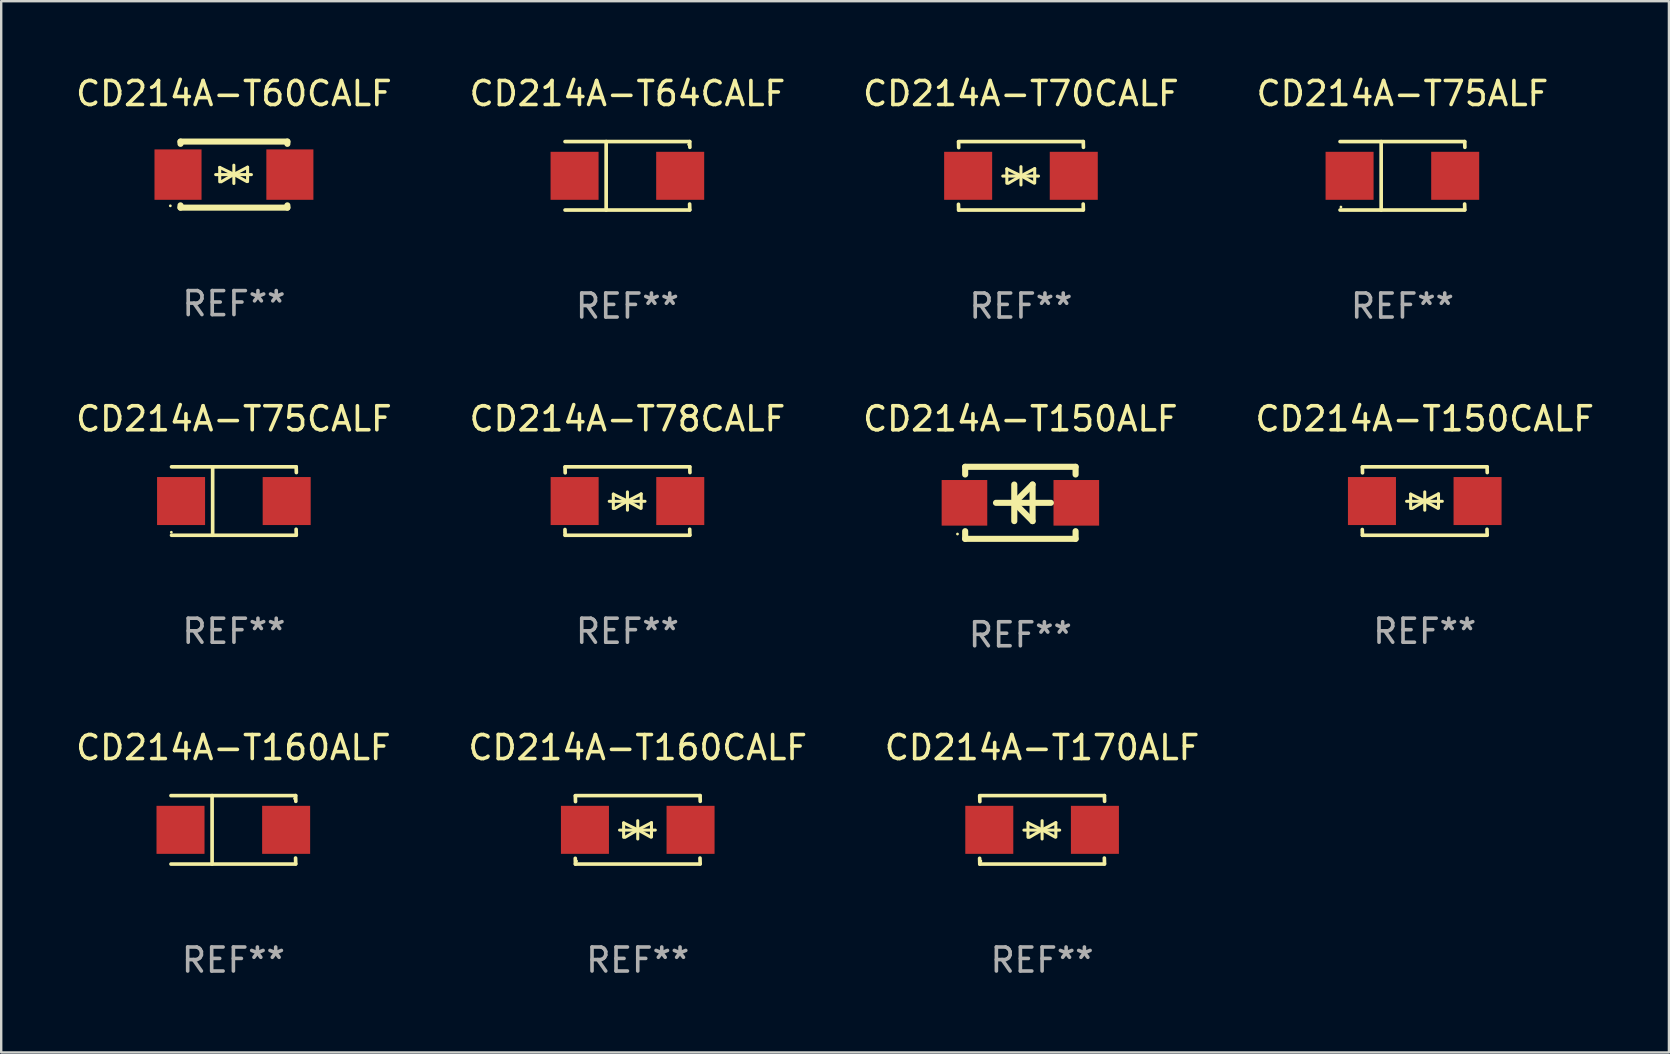
<source format=kicad_pcb>
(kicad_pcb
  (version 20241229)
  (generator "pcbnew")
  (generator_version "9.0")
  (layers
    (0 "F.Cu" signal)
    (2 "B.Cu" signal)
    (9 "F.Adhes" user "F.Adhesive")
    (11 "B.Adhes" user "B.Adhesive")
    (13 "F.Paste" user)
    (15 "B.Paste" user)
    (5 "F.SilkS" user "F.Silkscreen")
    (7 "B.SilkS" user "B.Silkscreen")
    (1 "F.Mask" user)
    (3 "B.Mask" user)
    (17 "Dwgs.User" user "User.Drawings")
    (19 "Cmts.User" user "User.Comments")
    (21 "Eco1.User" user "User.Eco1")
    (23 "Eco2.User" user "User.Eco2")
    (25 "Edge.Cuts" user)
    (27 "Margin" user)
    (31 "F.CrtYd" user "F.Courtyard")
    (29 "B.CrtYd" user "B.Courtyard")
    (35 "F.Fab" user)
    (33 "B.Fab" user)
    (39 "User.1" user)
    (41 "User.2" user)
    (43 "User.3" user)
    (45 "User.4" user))
  (footprint "CD214A-T78CALF"
    (layer "F.Cu")
    (at 23.089 17.823)
    (property "Reference" "CD214A-T78CALF" (at 0 -3.426 0) (layer "F.SilkS") (effects (font (size 1 1) (thickness 0.15))))
    (attr through_hole)
    (fp_line (start -2.596 -1.426) (end 2.596 -1.426) (stroke (width 0.152) (type solid)) (layer "F.SilkS"))
    (fp_line (start -2.596 1.426) (end -2.603 1.187) (stroke (width 0.152) (type solid)) (layer "F.SilkS"))
    (fp_line (start -2.596 1.426) (end 2.596 1.426) (stroke (width 0.152) (type solid)) (layer "F.SilkS"))
    (fp_line (start -2.593 -1.176) (end -2.6 -1.415) (stroke (width 0.152) (type solid)) (layer "F.SilkS"))
    (fp_line (start -0.758 0.011) (end 0.732 0.011) (stroke (width 0.127) (type solid)) (layer "F.SilkS"))
    (fp_line (start -0.588 -0.289) (end -0.588 0.311) (stroke (width 0.127) (type solid)) (layer "F.SilkS"))
    (fp_line (start -0.588 -0.289) (end 0 0) (stroke (width 0.127) (type solid)) (layer "F.SilkS"))
    (fp_line (start -0.528 0.311) (end 0 0) (stroke (width 0.127) (type solid)) (layer "F.SilkS"))
    (fp_line (start 0 0) (end 0 -0.381) (stroke (width 0.127) (type solid)) (layer "F.SilkS"))
    (fp_line (start 0 0) (end 0 0.381) (stroke (width 0.127) (type solid)) (layer "F.SilkS"))
    (fp_line (start 0.542 0.301) (end 0 0) (stroke (width 0.127) (type solid)) (layer "F.SilkS"))
    (fp_line (start 0.572 -0.299) (end 0 0) (stroke (width 0.127) (type solid)) (layer "F.SilkS"))
    (fp_line (start 0.572 -0.299) (end 0.572 0.301) (stroke (width 0.127) (type solid)) (layer "F.SilkS"))
    (fp_line (start 2.593 1.176) (end 2.6 1.415) (stroke (width 0.152) (type solid)) (layer "F.SilkS"))
    (fp_line (start 2.596 -1.426) (end 2.603 -1.187) (stroke (width 0.152) (type solid)) (layer "F.SilkS"))
    (fp_circle (center -2.605 1.3) (end -2.575 1.3) (stroke (width 0.06) (type solid)) (fill no) (layer "F.SilkS"))
    (fp_text user "REF**" (at 0 5.426 0) (layer "F.Fab") (effects (font (size 1 1) (thickness 0.15))))
    (pad "1" smd rect (at -2.2 0 180) (size 2 2) (layers "F.Cu" "F.Mask" "F.Paste"))
    (pad "2" smd rect (at 2.2 0 180) (size 2 2) (layers "F.Cu" "F.Mask" "F.Paste")))
  (footprint "CD214A-T75CALF"
    (layer "F.Cu")
    (at 6.696 17.823)
    (property "Reference" "CD214A-T75CALF" (at 0 -3.426 0) (layer "F.SilkS") (effects (font (size 1 1) (thickness 0.15))))
    (attr through_hole)
    (fp_line (start -2.6 -1.426) (end 2.593 -1.426) (stroke (width 0.152) (type solid)) (layer "F.SilkS"))
    (fp_line (start -2.6 1.426) (end 2.593 1.426) (stroke (width 0.152) (type solid)) (layer "F.SilkS"))
    (fp_line (start -0.887 -1.426) (end -0.887 1.426) (stroke (width 0.152) (type solid)) (layer "F.SilkS"))
    (fp_line (start 2.59 1.176) (end 2.597 1.415) (stroke (width 0.152) (type solid)) (layer "F.SilkS"))
    (fp_line (start 2.593 -1.426) (end 2.6 -1.187) (stroke (width 0.152) (type solid)) (layer "F.SilkS"))
    (fp_circle (center -2.608 1.3) (end -2.578 1.3) (stroke (width 0.06) (type solid)) (fill no) (layer "F.SilkS"))
    (fp_text user "REF**" (at 0 5.426 0) (layer "F.Fab") (effects (font (size 1 1) (thickness 0.15))))
    (pad "1" smd rect (at -2.203 0 180) (size 2 2) (layers "F.Cu" "F.Mask" "F.Paste"))
    (pad "2" smd rect (at 2.197 0 180) (size 2 2) (layers "F.Cu" "F.Mask" "F.Paste")))
  (footprint "CD214A-T160ALF"
    (layer "F.Cu")
    (at 6.673 31.52)
    (property "Reference" "CD214A-T160ALF" (at 0 -3.426 0) (layer "F.SilkS") (effects (font (size 1 1) (thickness 0.15))))
    (attr through_hole)
    (fp_line (start -2.6 -1.426) (end 2.593 -1.426) (stroke (width 0.152) (type solid)) (layer "F.SilkS"))
    (fp_line (start -2.6 1.426) (end 2.593 1.426) (stroke (width 0.152) (type solid)) (layer "F.SilkS"))
    (fp_line (start -0.887 -1.426) (end -0.887 1.426) (stroke (width 0.152) (type solid)) (layer "F.SilkS"))
    (fp_line (start 2.59 1.176) (end 2.597 1.415) (stroke (width 0.152) (type solid)) (layer "F.SilkS"))
    (fp_line (start 2.593 -1.426) (end 2.6 -1.187) (stroke (width 0.152) (type solid)) (layer "F.SilkS"))
    (fp_circle (center 2.547 -1.3) (end 2.577 -1.3) (stroke (width 0.06) (type solid)) (fill no) (layer "F.SilkS"))
    (fp_text user "REF**" (at 0 5.426 0) (layer "F.Fab") (effects (font (size 1 1) (thickness 0.15))))
    (pad "1" smd rect (at 2.197 -0.000025 180) (size 2 2) (layers "F.Cu" "F.Mask" "F.Paste"))
    (pad "2" smd rect (at -2.203 -0.000025 180) (size 2 2) (layers "F.Cu" "F.Mask" "F.Paste")))
  (footprint "CD214A-T75ALF"
    (layer "F.Cu")
    (at 55.375 4.274)
    (property "Reference" "CD214A-T75ALF" (at 0 -3.426 0) (layer "F.SilkS") (effects (font (size 1 1) (thickness 0.15))))
    (attr through_hole)
    (fp_line (start -2.6 -1.426) (end 2.593 -1.426) (stroke (width 0.152) (type solid)) (layer "F.SilkS"))
    (fp_line (start -2.6 1.426) (end 2.593 1.426) (stroke (width 0.152) (type solid)) (layer "F.SilkS"))
    (fp_line (start -0.887 -1.426) (end -0.887 1.426) (stroke (width 0.152) (type solid)) (layer "F.SilkS"))
    (fp_line (start 2.59 1.176) (end 2.597 1.415) (stroke (width 0.152) (type solid)) (layer "F.SilkS"))
    (fp_line (start 2.593 -1.426) (end 2.6 -1.187) (stroke (width 0.152) (type solid)) (layer "F.SilkS"))
    (fp_circle (center -2.563 1.3) (end -2.533 1.3) (stroke (width 0.06) (type solid)) (fill no) (layer "F.SilkS"))
    (fp_text user "REF**" (at 0 5.426 0) (layer "F.Fab") (effects (font (size 1 1) (thickness 0.15))))
    (pad "1" smd rect (at -2.203 -0.000025 180) (size 2 2) (layers "F.Cu" "F.Mask" "F.Paste"))
    (pad "2" smd rect (at 2.197 -0.000025 180) (size 2 2) (layers "F.Cu" "F.Mask" "F.Paste")))
  (footprint "CD214A-T150CALF"
    (layer "F.Cu")
    (at 56.304 17.823)
    (property "Reference" "CD214A-T150CALF" (at 0 -3.426 0) (layer "F.SilkS") (effects (font (size 1 1) (thickness 0.15))))
    (attr through_hole)
    (fp_line (start -2.596 -1.426) (end 2.596 -1.426) (stroke (width 0.152) (type solid)) (layer "F.SilkS"))
    (fp_line (start -2.596 1.426) (end -2.603 1.187) (stroke (width 0.152) (type solid)) (layer "F.SilkS"))
    (fp_line (start -2.596 1.426) (end 2.596 1.426) (stroke (width 0.152) (type solid)) (layer "F.SilkS"))
    (fp_line (start -2.593 -1.176) (end -2.6 -1.415) (stroke (width 0.152) (type solid)) (layer "F.SilkS"))
    (fp_line (start -0.758 0.011) (end 0.732 0.011) (stroke (width 0.127) (type solid)) (layer "F.SilkS"))
    (fp_line (start -0.588 -0.289) (end -0.588 0.311) (stroke (width 0.127) (type solid)) (layer "F.SilkS"))
    (fp_line (start -0.588 -0.289) (end 0 0) (stroke (width 0.127) (type solid)) (layer "F.SilkS"))
    (fp_line (start -0.528 0.311) (end 0 0) (stroke (width 0.127) (type solid)) (layer "F.SilkS"))
    (fp_line (start 0 0) (end 0 -0.381) (stroke (width 0.127) (type solid)) (layer "F.SilkS"))
    (fp_line (start 0 0) (end 0 0.381) (stroke (width 0.127) (type solid)) (layer "F.SilkS"))
    (fp_line (start 0.542 0.301) (end 0 0) (stroke (width 0.127) (type solid)) (layer "F.SilkS"))
    (fp_line (start 0.572 -0.299) (end 0 0) (stroke (width 0.127) (type solid)) (layer "F.SilkS"))
    (fp_line (start 0.572 -0.299) (end 0.572 0.301) (stroke (width 0.127) (type solid)) (layer "F.SilkS"))
    (fp_line (start 2.593 1.176) (end 2.6 1.415) (stroke (width 0.152) (type solid)) (layer "F.SilkS"))
    (fp_line (start 2.596 -1.426) (end 2.603 -1.187) (stroke (width 0.152) (type solid)) (layer "F.SilkS"))
    (fp_circle (center -2.605 1.3) (end -2.575 1.3) (stroke (width 0.06) (type solid)) (fill no) (layer "F.SilkS"))
    (fp_text user "REF**" (at 0 5.426 0) (layer "F.Fab") (effects (font (size 1 1) (thickness 0.15))))
    (pad "1" smd rect (at -2.2 0 180) (size 2 2) (layers "F.Cu" "F.Mask" "F.Paste"))
    (pad "2" smd rect (at 2.2 0 180) (size 2 2) (layers "F.Cu" "F.Mask" "F.Paste")))
  (footprint "CD214A-T150ALF"
    (layer "F.Cu")
    (at 39.458 17.897)
    (property "Reference" "CD214A-T150ALF" (at 0 -3.5 0) (layer "F.SilkS") (effects (font (size 1 1) (thickness 0.15))))
    (attr through_hole)
    (fp_line (start -2.3 -1.5) (end -2.3 -1.181) (stroke (width 0.254) (type solid)) (layer "F.SilkS"))
    (fp_line (start -2.3 -1.5) (end 2.3 -1.5) (stroke (width 0.254) (type solid)) (layer "F.SilkS"))
    (fp_line (start -2.3 1.181) (end -2.3 1.5) (stroke (width 0.254) (type solid)) (layer "F.SilkS"))
    (fp_line (start -0.254 0) (end 0.508 0.762) (stroke (width 0.254) (type solid)) (layer "F.SilkS"))
    (fp_line (start -0.254 0.762) (end -0.254 -0.762) (stroke (width 0.254) (type solid)) (layer "F.SilkS"))
    (fp_line (start 0.508 -0.762) (end -0.254 0) (stroke (width 0.254) (type solid)) (layer "F.SilkS"))
    (fp_line (start 0.508 0.762) (end 0.508 -0.762) (stroke (width 0.254) (type solid)) (layer "F.SilkS"))
    (fp_line (start 1.27 0) (end -1.016 0) (stroke (width 0.254) (type solid)) (layer "F.SilkS"))
    (fp_line (start 2.3 -1.5) (end 2.3 -1.181) (stroke (width 0.254) (type solid)) (layer "F.SilkS"))
    (fp_line (start 2.3 1.181) (end 2.3 1.5) (stroke (width 0.254) (type solid)) (layer "F.SilkS"))
    (fp_line (start 2.3 1.5) (end -2.3 1.5) (stroke (width 0.254) (type solid)) (layer "F.SilkS"))
    (fp_circle (center -2.62 1.3) (end -2.59 1.3) (stroke (width 0.06) (type solid)) (fill no) (layer "F.SilkS"))
    (fp_text user "REF**" (at 0 5.5 0) (layer "F.Fab") (effects (font (size 1 1) (thickness 0.15))))
    (pad "1" smd rect (at -2.33 0 270) (size 1.9 1.9) (layers "F.Cu" "F.Mask" "F.Paste"))
    (pad "2" smd rect (at 2.33 0 270) (size 1.9 1.9) (layers "F.Cu" "F.Mask" "F.Paste")))
  (footprint "CD214A-T70CALF"
    (layer "F.Cu")
    (at 39.482 4.274)
    (property "Reference" "CD214A-T70CALF" (at 0 -3.426 0) (layer "F.SilkS") (effects (font (size 1 1) (thickness 0.15))))
    (attr through_hole)
    (fp_line (start -2.596 -1.426) (end 2.596 -1.426) (stroke (width 0.152) (type solid)) (layer "F.SilkS"))
    (fp_line (start -2.596 1.426) (end -2.603 1.187) (stroke (width 0.152) (type solid)) (layer "F.SilkS"))
    (fp_line (start -2.596 1.426) (end 2.596 1.426) (stroke (width 0.152) (type solid)) (layer "F.SilkS"))
    (fp_line (start -2.593 -1.176) (end -2.6 -1.415) (stroke (width 0.152) (type solid)) (layer "F.SilkS"))
    (fp_line (start -0.758 0.011) (end 0.732 0.011) (stroke (width 0.127) (type solid)) (layer "F.SilkS"))
    (fp_line (start -0.588 -0.289) (end -0.588 0.311) (stroke (width 0.127) (type solid)) (layer "F.SilkS"))
    (fp_line (start -0.588 -0.289) (end 0 0) (stroke (width 0.127) (type solid)) (layer "F.SilkS"))
    (fp_line (start -0.528 0.311) (end 0 0) (stroke (width 0.127) (type solid)) (layer "F.SilkS"))
    (fp_line (start 0 0) (end 0 -0.381) (stroke (width 0.127) (type solid)) (layer "F.SilkS"))
    (fp_line (start 0 0) (end 0 0.381) (stroke (width 0.127) (type solid)) (layer "F.SilkS"))
    (fp_line (start 0.542 0.301) (end 0 0) (stroke (width 0.127) (type solid)) (layer "F.SilkS"))
    (fp_line (start 0.572 -0.299) (end 0 0) (stroke (width 0.127) (type solid)) (layer "F.SilkS"))
    (fp_line (start 0.572 -0.299) (end 0.572 0.301) (stroke (width 0.127) (type solid)) (layer "F.SilkS"))
    (fp_line (start 2.593 1.176) (end 2.6 1.415) (stroke (width 0.152) (type solid)) (layer "F.SilkS"))
    (fp_line (start 2.596 -1.426) (end 2.603 -1.187) (stroke (width 0.152) (type solid)) (layer "F.SilkS"))
    (fp_circle (center -2.605 1.3) (end -2.575 1.3) (stroke (width 0.06) (type solid)) (fill no) (layer "F.SilkS"))
    (fp_text user "REF**" (at 0 5.426 0) (layer "F.Fab") (effects (font (size 1 1) (thickness 0.15))))
    (pad "1" smd rect (at -2.2 0 180) (size 2 2) (layers "F.Cu" "F.Mask" "F.Paste"))
    (pad "2" smd rect (at 2.2 0 180) (size 2 2) (layers "F.Cu" "F.Mask" "F.Paste")))
  (footprint "CD214A-T64CALF"
    (layer "F.Cu")
    (at 23.089 4.274)
    (property "Reference" "CD214A-T64CALF" (at 0 -3.426 0) (layer "F.SilkS") (effects (font (size 1 1) (thickness 0.15))))
    (attr through_hole)
    (fp_line (start -2.6 -1.426) (end 2.593 -1.426) (stroke (width 0.152) (type solid)) (layer "F.SilkS"))
    (fp_line (start -2.6 1.426) (end 2.593 1.426) (stroke (width 0.152) (type solid)) (layer "F.SilkS"))
    (fp_line (start -0.887 -1.426) (end -0.887 1.426) (stroke (width 0.152) (type solid)) (layer "F.SilkS"))
    (fp_line (start 2.59 1.176) (end 2.597 1.415) (stroke (width 0.152) (type solid)) (layer "F.SilkS"))
    (fp_line (start 2.593 -1.426) (end 2.6 -1.187) (stroke (width 0.152) (type solid)) (layer "F.SilkS"))
    (fp_circle (center 2.547 -1.3) (end 2.577 -1.3) (stroke (width 0.06) (type solid)) (fill no) (layer "F.SilkS"))
    (fp_text user "REF**" (at 0 5.426 0) (layer "F.Fab") (effects (font (size 1 1) (thickness 0.15))))
    (pad "1" smd rect (at 2.197 -0.000025 180) (size 2 2) (layers "F.Cu" "F.Mask" "F.Paste"))
    (pad "2" smd rect (at -2.203 -0.000025 180) (size 2 2) (layers "F.Cu" "F.Mask" "F.Paste")))
  (footprint "CD214A-T160CALF"
    (layer "F.Cu")
    (at 23.518 31.52)
    (property "Reference" "CD214A-T160CALF" (at 0 -3.426 0) (layer "F.SilkS") (effects (font (size 1 1) (thickness 0.15))))
    (attr through_hole)
    (fp_line (start -2.596 -1.426) (end 2.596 -1.426) (stroke (width 0.152) (type solid)) (layer "F.SilkS"))
    (fp_line (start -2.596 1.426) (end -2.603 1.187) (stroke (width 0.152) (type solid)) (layer "F.SilkS"))
    (fp_line (start -2.596 1.426) (end 2.596 1.426) (stroke (width 0.152) (type solid)) (layer "F.SilkS"))
    (fp_line (start -2.593 -1.176) (end -2.6 -1.415) (stroke (width 0.152) (type solid)) (layer "F.SilkS"))
    (fp_line (start -0.758 0.011) (end 0.732 0.011) (stroke (width 0.127) (type solid)) (layer "F.SilkS"))
    (fp_line (start -0.588 -0.289) (end -0.588 0.311) (stroke (width 0.127) (type solid)) (layer "F.SilkS"))
    (fp_line (start -0.588 -0.289) (end 0 0) (stroke (width 0.127) (type solid)) (layer "F.SilkS"))
    (fp_line (start -0.528 0.311) (end 0 0) (stroke (width 0.127) (type solid)) (layer "F.SilkS"))
    (fp_line (start 0 0) (end 0 -0.381) (stroke (width 0.127) (type solid)) (layer "F.SilkS"))
    (fp_line (start 0 0) (end 0 0.381) (stroke (width 0.127) (type solid)) (layer "F.SilkS"))
    (fp_line (start 0.542 0.301) (end 0 0) (stroke (width 0.127) (type solid)) (layer "F.SilkS"))
    (fp_line (start 0.572 -0.299) (end 0 0) (stroke (width 0.127) (type solid)) (layer "F.SilkS"))
    (fp_line (start 0.572 -0.299) (end 0.572 0.301) (stroke (width 0.127) (type solid)) (layer "F.SilkS"))
    (fp_line (start 2.593 1.176) (end 2.6 1.415) (stroke (width 0.152) (type solid)) (layer "F.SilkS"))
    (fp_line (start 2.596 -1.426) (end 2.603 -1.187) (stroke (width 0.152) (type solid)) (layer "F.SilkS"))
    (fp_circle (center -2.55 1.3) (end -2.52 1.3) (stroke (width 0.06) (type solid)) (fill no) (layer "F.SilkS"))
    (fp_text user "REF**" (at 0 5.426 0) (layer "F.Fab") (effects (font (size 1 1) (thickness 0.15))))
    (pad "1" smd rect (at -2.2 0 180) (size 2 2) (layers "F.Cu" "F.Mask" "F.Paste"))
    (pad "2" smd rect (at 2.2 0 180) (size 2 2) (layers "F.Cu" "F.Mask" "F.Paste")))
  (footprint "CD214A-T170ALF"
    (layer "F.Cu")
    (at 40.363 31.52)
    (property "Reference" "CD214A-T170ALF" (at 0 -3.426 0) (layer "F.SilkS") (effects (font (size 1 1) (thickness 0.15))))
    (attr through_hole)
    (fp_line (start -2.596 -1.426) (end 2.596 -1.426) (stroke (width 0.152) (type solid)) (layer "F.SilkS"))
    (fp_line (start -2.596 1.426) (end -2.603 1.187) (stroke (width 0.152) (type solid)) (layer "F.SilkS"))
    (fp_line (start -2.596 1.426) (end 2.596 1.426) (stroke (width 0.152) (type solid)) (layer "F.SilkS"))
    (fp_line (start -2.593 -1.176) (end -2.6 -1.415) (stroke (width 0.152) (type solid)) (layer "F.SilkS"))
    (fp_line (start -0.758 0.011) (end 0.732 0.011) (stroke (width 0.127) (type solid)) (layer "F.SilkS"))
    (fp_line (start -0.588 -0.289) (end -0.588 0.311) (stroke (width 0.127) (type solid)) (layer "F.SilkS"))
    (fp_line (start -0.588 -0.289) (end 0 0) (stroke (width 0.127) (type solid)) (layer "F.SilkS"))
    (fp_line (start -0.528 0.311) (end 0 0) (stroke (width 0.127) (type solid)) (layer "F.SilkS"))
    (fp_line (start 0 0) (end 0 -0.381) (stroke (width 0.127) (type solid)) (layer "F.SilkS"))
    (fp_line (start 0 0) (end 0 0.381) (stroke (width 0.127) (type solid)) (layer "F.SilkS"))
    (fp_line (start 0.542 0.301) (end 0 0) (stroke (width 0.127) (type solid)) (layer "F.SilkS"))
    (fp_line (start 0.572 -0.299) (end 0 0) (stroke (width 0.127) (type solid)) (layer "F.SilkS"))
    (fp_line (start 0.572 -0.299) (end 0.572 0.301) (stroke (width 0.127) (type solid)) (layer "F.SilkS"))
    (fp_line (start 2.593 1.176) (end 2.6 1.415) (stroke (width 0.152) (type solid)) (layer "F.SilkS"))
    (fp_line (start 2.596 -1.426) (end 2.603 -1.187) (stroke (width 0.152) (type solid)) (layer "F.SilkS"))
    (fp_circle (center -2.55 1.3) (end -2.52 1.3) (stroke (width 0.06) (type solid)) (fill no) (layer "F.SilkS"))
    (fp_text user "REF**" (at 0 5.426 0) (layer "F.Fab") (effects (font (size 1 1) (thickness 0.15))))
    (pad "1" smd rect (at -2.2 0 180) (size 2 2) (layers "F.Cu" "F.Mask" "F.Paste"))
    (pad "2" smd rect (at 2.2 0 180) (size 2 2) (layers "F.Cu" "F.Mask" "F.Paste")))
  (footprint "CD214A-T60CALF"
    (layer "F.Cu")
    (at 6.696 4.224)
    (property "Reference" "CD214A-T60CALF" (at 0 -3.376 0) (layer "F.SilkS") (effects (font (size 1 1) (thickness 0.15))))
    (attr through_hole)
    (fp_line (start -2.226 -1.376) (end -2.226 -1.281) (stroke (width 0.254) (type solid)) (layer "F.SilkS"))
    (fp_line (start -2.226 -1.376) (end 2.226 -1.376) (stroke (width 0.254) (type solid)) (layer "F.SilkS"))
    (fp_line (start -2.226 1.281) (end -2.226 1.376) (stroke (width 0.254) (type solid)) (layer "F.SilkS"))
    (fp_line (start -2.226 1.376) (end 2.226 1.376) (stroke (width 0.254) (type solid)) (layer "F.SilkS"))
    (fp_line (start -0.762 0) (end 0.728 0) (stroke (width 0.127) (type solid)) (layer "F.SilkS"))
    (fp_line (start -0.592 -0.3) (end -0.592 0.3) (stroke (width 0.127) (type solid)) (layer "F.SilkS"))
    (fp_line (start -0.592 -0.3) (end -0.004 -0.011) (stroke (width 0.127) (type solid)) (layer "F.SilkS"))
    (fp_line (start -0.532 0.3) (end -0.004 -0.011) (stroke (width 0.127) (type solid)) (layer "F.SilkS"))
    (fp_line (start -0.004 -0.011) (end -0.004 -0.392) (stroke (width 0.127) (type solid)) (layer "F.SilkS"))
    (fp_line (start -0.004 -0.011) (end -0.004 0.37) (stroke (width 0.127) (type solid)) (layer "F.SilkS"))
    (fp_line (start 0.538 0.29) (end -0.004 -0.011) (stroke (width 0.127) (type solid)) (layer "F.SilkS"))
    (fp_line (start 0.568 -0.31) (end -0.004 -0.011) (stroke (width 0.127) (type solid)) (layer "F.SilkS"))
    (fp_line (start 0.568 -0.31) (end 0.568 0.29) (stroke (width 0.127) (type solid)) (layer "F.SilkS"))
    (fp_line (start 2.226 -1.376) (end 2.226 -1.281) (stroke (width 0.254) (type solid)) (layer "F.SilkS"))
    (fp_line (start 2.226 1.281) (end 2.226 1.376) (stroke (width 0.254) (type solid)) (layer "F.SilkS"))
    (fp_circle (center -2.65 1.3) (end -2.62 1.3) (stroke (width 0.06) (type solid)) (fill no) (layer "F.SilkS"))
    (fp_text user "REF**" (at 0 5.376 0) (layer "F.Fab") (effects (font (size 1 1) (thickness 0.15))))
    (pad "1" smd rect (at -2.33 0) (size 1.96 2.1) (layers "F.Cu" "F.Mask" "F.Paste"))
    (pad "2" smd rect (at 2.33 0) (size 1.96 2.1) (layers "F.Cu" "F.Mask" "F.Paste")))
  (gr_rect
    (start -3 -3)
    (end 66.476 40.794)
    (stroke (width 0.1) (type default))
    (fill no)
    (layer "Edge.Cuts")))
</source>
